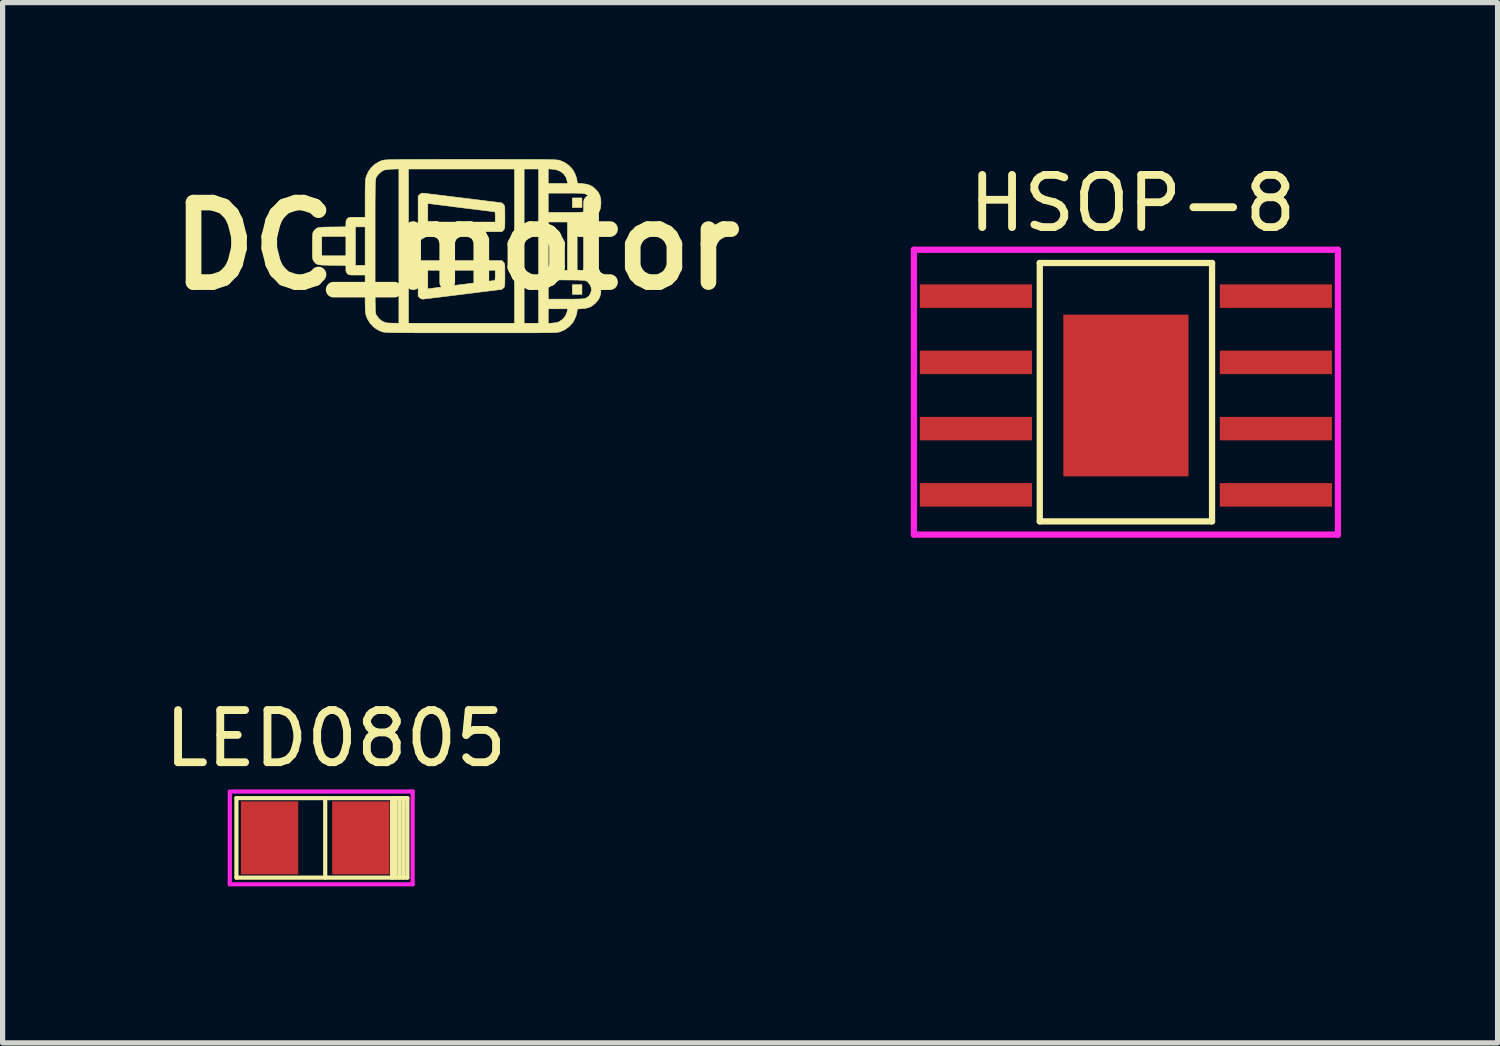
<source format=kicad_pcb>
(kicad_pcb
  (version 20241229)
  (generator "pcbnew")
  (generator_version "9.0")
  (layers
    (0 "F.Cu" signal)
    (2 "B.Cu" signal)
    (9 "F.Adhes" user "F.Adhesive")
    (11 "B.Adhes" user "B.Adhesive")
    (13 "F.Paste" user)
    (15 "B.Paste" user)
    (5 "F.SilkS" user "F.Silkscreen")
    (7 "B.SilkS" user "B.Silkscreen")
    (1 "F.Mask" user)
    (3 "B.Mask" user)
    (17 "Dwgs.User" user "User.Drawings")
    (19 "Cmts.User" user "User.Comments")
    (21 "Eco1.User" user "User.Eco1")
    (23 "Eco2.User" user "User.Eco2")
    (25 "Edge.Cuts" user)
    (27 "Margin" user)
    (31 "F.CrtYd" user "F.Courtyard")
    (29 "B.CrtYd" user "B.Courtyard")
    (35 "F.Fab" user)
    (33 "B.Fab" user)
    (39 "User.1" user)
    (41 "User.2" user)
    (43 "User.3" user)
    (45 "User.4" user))
  (footprint "HSOP-8"
    (layer "F.Cu")
    (at 18.532 4.531)
    (property "Reference" "HSOP-8" (at 0.127 -3.683 0) (layer "F.SilkS") (effects (font (size 1 1) (thickness 0.15))))
    (attr through_hole)
    (fp_line (start -1.651 -2.54) (end 1.651 -2.54) (stroke (width 0.12) (type solid)) (layer "F.SilkS"))
    (fp_line (start -1.651 2.413) (end -1.651 -2.54) (stroke (width 0.12) (type solid)) (layer "F.SilkS"))
    (fp_line (start 1.651 -2.54) (end 1.651 2.413) (stroke (width 0.12) (type solid)) (layer "F.SilkS"))
    (fp_line (start 1.651 2.413) (end -1.651 2.413) (stroke (width 0.12) (type solid)) (layer "F.SilkS"))
    (fp_line (start -4.064 -2.794) (end 4.064 -2.794) (stroke (width 0.12) (type solid)) (layer "F.CrtYd"))
    (fp_line (start -4.064 2.667) (end -4.064 -2.794) (stroke (width 0.12) (type solid)) (layer "F.CrtYd"))
    (fp_line (start 4.064 -2.794) (end 4.064 2.667) (stroke (width 0.12) (type solid)) (layer "F.CrtYd"))
    (fp_line (start 4.064 2.667) (end -4.064 2.667) (stroke (width 0.12) (type solid)) (layer "F.CrtYd"))
    (pad "1" smd rect (at -2.875 -1.905) (size 2.15 0.45) (layers "F.Cu" "F.Mask" "F.Paste"))
    (pad "2" smd rect (at -2.875 -0.635) (size 2.15 0.45) (layers "F.Cu" "F.Mask" "F.Paste"))
    (pad "3" smd rect (at -2.875 0.635) (size 2.15 0.45) (layers "F.Cu" "F.Mask" "F.Paste"))
    (pad "4" smd rect (at -2.875 1.905) (size 2.15 0.45) (layers "F.Cu" "F.Mask" "F.Paste"))
    (pad "5" smd rect (at 2.875 1.905) (size 2.15 0.45) (layers "F.Cu" "F.Mask" "F.Paste"))
    (pad "6" smd rect (at 2.875 0.635) (size 2.15 0.45) (layers "F.Cu" "F.Mask" "F.Paste"))
    (pad "7" smd rect (at 2.875 -0.635) (size 2.15 0.45) (layers "F.Cu" "F.Mask" "F.Paste"))
    (pad "8" smd rect (at 2.875 -1.905) (size 2.15 0.45) (layers "F.Cu" "F.Mask" "F.Paste"))
    (pad "9" smd rect (at 0 0) (size 2.4 3.1) (layers "F.Cu" "F.Mask" "F.Paste")))
  (footprint "LED0805"
    (layer "F.Cu")
    (at 2.117 13.011)
    (property "Reference" "LED0805" (at 1.27 -1.905 0) (layer "F.SilkS") (effects (font (size 1 1) (thickness 0.15))))
    (attr through_hole)
    (fp_line (start -0.635 -0.762) (end 2.349 -0.762) (stroke (width 0.08) (type solid)) (layer "F.SilkS"))
    (fp_line (start -0.635 0.762) (end -0.635 -0.762) (stroke (width 0.08) (type solid)) (layer "F.SilkS"))
    (fp_line (start 1.067 -0.762) (end 1.067 0.762) (stroke (width 0.08) (type solid)) (layer "F.SilkS"))
    (fp_line (start 2.349 -0.762) (end 2.349 0.762) (stroke (width 0.08) (type solid)) (layer "F.SilkS"))
    (fp_line (start 2.349 -0.762) (end 2.642 -0.762) (stroke (width 0.08) (type solid)) (layer "F.SilkS"))
    (fp_line (start 2.349 0.762) (end -0.635 0.762) (stroke (width 0.08) (type solid)) (layer "F.SilkS"))
    (fp_line (start 2.349 0.762) (end 2.642 0.762) (stroke (width 0.08) (type solid)) (layer "F.SilkS"))
    (fp_line (start 2.413 -0.762) (end 2.413 0.762) (stroke (width 0.08) (type solid)) (layer "F.SilkS"))
    (fp_line (start 2.489 -0.762) (end 2.489 0.762) (stroke (width 0.08) (type solid)) (layer "F.SilkS"))
    (fp_line (start 2.565 -0.762) (end 2.565 0.762) (stroke (width 0.08) (type solid)) (layer "F.SilkS"))
    (fp_line (start 2.642 -0.762) (end 2.642 0.762) (stroke (width 0.08) (type solid)) (layer "F.SilkS"))
    (fp_line (start -0.762 0.889) (end -0.762 -0.889) (stroke (width 0.08) (type solid)) (layer "F.CrtYd"))
    (fp_line (start -0.711 -0.889) (end 2.743 -0.889) (stroke (width 0.08) (type solid)) (layer "F.CrtYd"))
    (fp_line (start 2.743 -0.889) (end 2.743 0.889) (stroke (width 0.08) (type solid)) (layer "F.CrtYd"))
    (fp_line (start 2.743 0.889) (end -0.762 0.889) (stroke (width 0.08) (type solid)) (layer "F.CrtYd"))
    (pad "1" smd rect (at 0 0) (size 1.1 1.4) (layers "F.Cu" "F.Mask" "F.Paste"))
    (pad "2" smd rect (at 1.75 0) (size 1.1 1.4) (layers "F.Cu" "F.Mask" "F.Paste")))
  (footprint "DC_motor"
    (layer "F.Cu")
    (at 5.704 1.668)
    (property "Reference" "DC_motor" (at 0 0 0) (layer "F.SilkS") (effects (font (size 1.524 1.524) (thickness 0.3))))
    (attr through_hole)
    (fp_poly (pts (xy 2.401 -0.739) (xy 2.217 -0.739) (xy 2.217 -0.924) (xy 2.401 -0.924) (xy 2.401 -0.739)) (stroke (width 0.01) (type solid)) (fill yes) (layer "F.SilkS"))
    (fp_poly (pts (xy 2.401 0.924) (xy 2.217 0.924) (xy 2.217 0.739) (xy 2.401 0.739) (xy 2.401 0.924)) (stroke (width 0.01) (type solid)) (fill yes) (layer "F.SilkS"))
    (fp_poly (pts (xy -0.642 -1.015) (xy -0.605 -1.011) (xy -0.55 -1.004) (xy -0.477 -0.995) (xy -0.39 -0.985) (xy -0.29 -0.973) (xy -0.179 -0.959) (xy -0.059 -0.944) (xy 0.068 -0.928) (xy 0.107 -0.924) (xy 0.235 -0.908) (xy 0.356 -0.893) (xy 0.469 -0.879) (xy 0.571 -0.866) (xy 0.661 -0.855) (xy 0.736 -0.846) (xy 0.794 -0.838) (xy 0.835 -0.834) (xy 0.855 -0.831) (xy 0.856 -0.831) (xy 0.871 -0.824) (xy 0.893 -0.806) (xy 0.895 -0.803) (xy 0.905 -0.793) (xy 0.912 -0.781) (xy 0.917 -0.766) (xy 0.921 -0.743) (xy 0.923 -0.71) (xy 0.923 -0.661) (xy 0.924 -0.595) (xy 0.924 -0.554) (xy 0.924 -0.478) (xy 0.923 -0.421) (xy 0.922 -0.38) (xy 0.919 -0.352) (xy 0.915 -0.334) (xy 0.909 -0.321) (xy 0.901 -0.311) (xy 0.895 -0.305) (xy 0.867 -0.277) (xy -0.682 -0.277) (xy -0.711 -0.305) (xy -0.739 -0.334) (xy -0.739 -0.462) (xy -0.554 -0.462) (xy 0.739 -0.462) (xy 0.739 -0.56) (xy 0.738 -0.604) (xy 0.736 -0.638) (xy 0.733 -0.656) (xy 0.732 -0.658) (xy 0.719 -0.659) (xy 0.685 -0.663) (xy 0.633 -0.67) (xy 0.567 -0.678) (xy 0.487 -0.688) (xy 0.398 -0.699) (xy 0.301 -0.711) (xy 0.2 -0.723) (xy 0.096 -0.736) (xy -0.008 -0.749) (xy -0.109 -0.762) (xy -0.204 -0.774) (xy -0.291 -0.785) (xy -0.368 -0.795) (xy -0.432 -0.803) (xy -0.479 -0.809) (xy -0.509 -0.813) (xy -0.517 -0.814) (xy -0.554 -0.821) (xy -0.554 -0.462) (xy -0.739 -0.462) (xy -0.739 -0.959) (xy -0.711 -0.988) (xy -0.684 -1.007) (xy -0.658 -1.016) (xy -0.657 -1.016) (xy -0.642 -1.015)) (stroke (width 0.01) (type solid)) (fill yes) (layer "F.SilkS"))
    (fp_poly (pts (xy 0.895 0.305) (xy 0.905 0.316) (xy 0.912 0.327) (xy 0.917 0.342) (xy 0.921 0.365) (xy 0.923 0.399) (xy 0.923 0.447) (xy 0.924 0.513) (xy 0.924 0.554) (xy 0.924 0.631) (xy 0.923 0.687) (xy 0.922 0.728) (xy 0.919 0.756) (xy 0.915 0.775) (xy 0.909 0.787) (xy 0.901 0.798) (xy 0.895 0.803) (xy 0.873 0.822) (xy 0.855 0.831) (xy 0.854 0.831) (xy 0.841 0.833) (xy 0.807 0.837) (xy 0.753 0.843) (xy 0.683 0.852) (xy 0.597 0.862) (xy 0.499 0.874) (xy 0.389 0.888) (xy 0.27 0.903) (xy 0.144 0.919) (xy 0.104 0.924) (xy -0.025 0.94) (xy -0.147 0.955) (xy -0.261 0.969) (xy -0.364 0.982) (xy -0.455 0.993) (xy -0.532 1.002) (xy -0.592 1.009) (xy -0.634 1.014) (xy -0.656 1.016) (xy -0.658 1.016) (xy -0.683 1.008) (xy -0.709 0.989) (xy -0.711 0.988) (xy -0.739 0.959) (xy -0.739 0.462) (xy -0.554 0.462) (xy -0.554 0.821) (xy -0.517 0.814) (xy -0.498 0.812) (xy -0.459 0.806) (xy -0.402 0.799) (xy -0.328 0.79) (xy -0.241 0.778) (xy -0.142 0.766) (xy -0.035 0.752) (xy 0.08 0.738) (xy 0.121 0.733) (xy 0.236 0.719) (xy 0.345 0.705) (xy 0.444 0.693) (xy 0.532 0.682) (xy 0.606 0.673) (xy 0.665 0.666) (xy 0.706 0.661) (xy 0.728 0.658) (xy 0.73 0.658) (xy 0.734 0.647) (xy 0.737 0.619) (xy 0.739 0.578) (xy 0.739 0.56) (xy 0.739 0.462) (xy -0.554 0.462) (xy -0.739 0.462) (xy -0.739 0.334) (xy -0.711 0.305) (xy -0.682 0.277) (xy 0.867 0.277) (xy 0.895 0.305)) (stroke (width 0.01) (type solid)) (fill yes) (layer "F.SilkS"))
    (fp_poly (pts (xy 0.504 -1.663) (xy 0.709 -1.663) (xy 0.893 -1.662) (xy 1.058 -1.662) (xy 1.204 -1.662) (xy 1.333 -1.662) (xy 1.446 -1.661) (xy 1.545 -1.661) (xy 1.629 -1.66) (xy 1.701 -1.66) (xy 1.761 -1.659) (xy 1.811 -1.657) (xy 1.853 -1.656) (xy 1.886 -1.655) (xy 1.912 -1.653) (xy 1.934 -1.651) (xy 1.95 -1.649) (xy 1.964 -1.646) (xy 1.975 -1.643) (xy 1.986 -1.64) (xy 1.987 -1.64) (xy 2.073 -1.601) (xy 2.153 -1.544) (xy 2.22 -1.472) (xy 2.249 -1.425) (xy 2.276 -1.367) (xy 2.296 -1.308) (xy 2.308 -1.255) (xy 2.309 -1.236) (xy 2.31 -1.22) (xy 2.315 -1.21) (xy 2.33 -1.204) (xy 2.359 -1.201) (xy 2.404 -1.198) (xy 2.488 -1.188) (xy 2.557 -1.167) (xy 2.617 -1.131) (xy 2.662 -1.091) (xy 2.711 -1.035) (xy 2.742 -0.978) (xy 2.76 -0.913) (xy 2.765 -0.834) (xy 2.765 -0.831) (xy 2.76 -0.752) (xy 2.743 -0.687) (xy 2.712 -0.63) (xy 2.663 -0.573) (xy 2.662 -0.571) (xy 2.604 -0.522) (xy 2.542 -0.49) (xy 2.471 -0.471) (xy 2.404 -0.464) (xy 2.309 -0.459) (xy 2.309 0.459) (xy 2.404 0.464) (xy 2.488 0.474) (xy 2.557 0.496) (xy 2.617 0.532) (xy 2.662 0.571) (xy 2.711 0.628) (xy 2.742 0.685) (xy 2.76 0.75) (xy 2.765 0.828) (xy 2.765 0.831) (xy 2.76 0.911) (xy 2.743 0.976) (xy 2.712 1.033) (xy 2.663 1.089) (xy 2.662 1.091) (xy 2.604 1.14) (xy 2.542 1.173) (xy 2.471 1.192) (xy 2.404 1.198) (xy 2.358 1.201) (xy 2.329 1.205) (xy 2.315 1.21) (xy 2.31 1.22) (xy 2.309 1.236) (xy 2.303 1.283) (xy 2.286 1.341) (xy 2.261 1.4) (xy 2.233 1.453) (xy 2.22 1.472) (xy 2.151 1.545) (xy 2.072 1.602) (xy 1.987 1.64) (xy 1.977 1.643) (xy 1.966 1.646) (xy 1.952 1.648) (xy 1.936 1.651) (xy 1.916 1.653) (xy 1.89 1.654) (xy 1.858 1.656) (xy 1.819 1.657) (xy 1.77 1.658) (xy 1.711 1.659) (xy 1.641 1.66) (xy 1.559 1.661) (xy 1.463 1.661) (xy 1.353 1.662) (xy 1.227 1.662) (xy 1.083 1.662) (xy 0.922 1.662) (xy 0.741 1.662) (xy 0.539 1.662) (xy 0.316 1.662) (xy 0.273 1.662) (xy 0.046 1.662) (xy -0.16 1.662) (xy -0.345 1.662) (xy -0.51 1.661) (xy -0.656 1.661) (xy -0.786 1.661) (xy -0.899 1.66) (xy -0.997 1.66) (xy -1.082 1.659) (xy -1.154 1.658) (xy -1.215 1.657) (xy -1.265 1.656) (xy -1.306 1.655) (xy -1.34 1.653) (xy -1.366 1.651) (xy -1.387 1.65) (xy -1.403 1.647) (xy -1.417 1.645) (xy -1.428 1.642) (xy -1.437 1.639) (xy -1.523 1.6) (xy -1.6 1.543) (xy -1.665 1.471) (xy -1.714 1.388) (xy -1.732 1.341) (xy -1.739 1.318) (xy -1.744 1.295) (xy -1.748 1.268) (xy -1.751 1.234) (xy -1.753 1.19) (xy -1.754 1.134) (xy -1.755 1.062) (xy -1.755 0.972) (xy -1.755 0.911) (xy -1.755 0.554) (xy -1.911 0.554) (xy -1.974 0.554) (xy -2.019 0.553) (xy -2.049 0.55) (xy -2.068 0.546) (xy -2.082 0.538) (xy -2.095 0.527) (xy -2.096 0.526) (xy -2.113 0.504) (xy -2.122 0.477) (xy -2.124 0.436) (xy -2.124 0.434) (xy -2.124 0.371) (xy -2.389 0.367) (xy -2.479 0.366) (xy -2.549 0.364) (xy -2.602 0.361) (xy -2.642 0.356) (xy -2.671 0.348) (xy -2.693 0.337) (xy -2.712 0.321) (xy -2.729 0.301) (xy -2.741 0.284) (xy -2.749 0.272) (xy -2.755 0.259) (xy -2.759 0.24) (xy -2.762 0.213) (xy -2.764 0.174) (xy -2.765 0.12) (xy -2.765 0.048) (xy -2.765 0) (xy -2.765 -0.083) (xy -2.764 -0.146) (xy -2.763 -0.185) (xy -2.586 -0.185) (xy -2.586 0.185) (xy -2.124 0.185) (xy -2.124 -0.185) (xy -2.586 -0.185) (xy -2.763 -0.185) (xy -2.763 -0.193) (xy -2.761 -0.226) (xy -2.758 -0.249) (xy -2.753 -0.265) (xy -2.746 -0.278) (xy -2.741 -0.284) (xy -2.723 -0.308) (xy -2.705 -0.327) (xy -2.686 -0.341) (xy -2.662 -0.351) (xy -2.629 -0.358) (xy -2.585 -0.362) (xy -2.526 -0.365) (xy -2.45 -0.366) (xy -2.389 -0.367) (xy -2.216 -0.369) (xy -1.94 -0.369) (xy -1.94 0.369) (xy -1.755 0.369) (xy -1.755 0) (xy -1.564 0) (xy -1.564 0.199) (xy -1.564 0.377) (xy -1.564 0.534) (xy -1.564 0.671) (xy -1.564 0.791) (xy -1.563 0.895) (xy -1.563 0.983) (xy -1.562 1.057) (xy -1.561 1.119) (xy -1.56 1.169) (xy -1.559 1.209) (xy -1.557 1.241) (xy -1.555 1.265) (xy -1.553 1.283) (xy -1.55 1.296) (xy -1.548 1.306) (xy -1.544 1.313) (xy -1.543 1.316) (xy -1.494 1.386) (xy -1.431 1.437) (xy -1.362 1.467) (xy -1.338 1.471) (xy -1.298 1.474) (xy -1.248 1.476) (xy -1.221 1.477) (xy -1.108 1.478) (xy -1.108 -1.478) (xy -0.924 -1.478) (xy -0.924 1.478) (xy 1.108 1.478) (xy 1.108 -1.478) (xy 1.293 -1.478) (xy 1.293 1.478) (xy 1.57 1.478) (xy 1.57 1.201) (xy 1.755 1.201) (xy 1.755 1.481) (xy 1.839 1.475) (xy 1.905 1.467) (xy 1.959 1.451) (xy 1.968 1.446) (xy 2.034 1.4) (xy 2.084 1.338) (xy 2.114 1.264) (xy 2.119 1.244) (xy 2.127 1.201) (xy 1.755 1.201) (xy 1.57 1.201) (xy 1.57 1.016) (xy 1.755 1.016) (xy 2.097 1.016) (xy 2.197 1.016) (xy 2.277 1.015) (xy 2.34 1.014) (xy 2.387 1.012) (xy 2.422 1.01) (xy 2.448 1.006) (xy 2.466 1.002) (xy 2.478 0.997) (xy 2.529 0.962) (xy 2.563 0.914) (xy 2.58 0.86) (xy 2.58 0.803) (xy 2.562 0.748) (xy 2.526 0.699) (xy 2.503 0.679) (xy 2.492 0.672) (xy 2.48 0.666) (xy 2.465 0.661) (xy 2.444 0.657) (xy 2.415 0.655) (xy 2.375 0.653) (xy 2.321 0.651) (xy 2.251 0.65) (xy 2.161 0.649) (xy 2.11 0.649) (xy 1.755 0.645) (xy 1.755 1.016) (xy 1.57 1.016) (xy 1.57 -0.462) (xy 1.755 -0.462) (xy 1.755 0.462) (xy 2.124 0.462) (xy 2.124 -0.462) (xy 1.755 -0.462) (xy 1.57 -0.462) (xy 1.57 -1.016) (xy 1.755 -1.016) (xy 1.755 -0.647) (xy 2.097 -0.647) (xy 2.197 -0.647) (xy 2.277 -0.647) (xy 2.34 -0.648) (xy 2.387 -0.65) (xy 2.422 -0.653) (xy 2.448 -0.656) (xy 2.466 -0.661) (xy 2.478 -0.665) (xy 2.512 -0.687) (xy 2.543 -0.718) (xy 2.549 -0.725) (xy 2.569 -0.756) (xy 2.578 -0.788) (xy 2.58 -0.831) (xy 2.571 -0.895) (xy 2.544 -0.946) (xy 2.497 -0.985) (xy 2.482 -0.993) (xy 2.467 -1) (xy 2.452 -1.005) (xy 2.431 -1.009) (xy 2.404 -1.012) (xy 2.366 -1.014) (xy 2.316 -1.015) (xy 2.249 -1.016) (xy 2.165 -1.016) (xy 2.096 -1.016) (xy 1.755 -1.016) (xy 1.57 -1.016) (xy 1.57 -1.201) (xy 1.755 -1.201) (xy 2.127 -1.201) (xy 2.119 -1.244) (xy 2.094 -1.321) (xy 2.051 -1.384) (xy 1.993 -1.431) (xy 1.919 -1.462) (xy 1.839 -1.475) (xy 1.755 -1.481) (xy 1.755 -1.201) (xy 1.57 -1.201) (xy 1.57 -1.478) (xy 1.293 -1.478) (xy 1.108 -1.478) (xy -0.924 -1.478) (xy -1.108 -1.478) (xy -1.108 -1.48) (xy -1.238 -1.476) (xy -1.301 -1.473) (xy -1.347 -1.468) (xy -1.381 -1.46) (xy -1.409 -1.45) (xy -1.414 -1.447) (xy -1.481 -1.399) (xy -1.533 -1.333) (xy -1.543 -1.316) (xy -1.546 -1.309) (xy -1.549 -1.3) (xy -1.552 -1.289) (xy -1.554 -1.273) (xy -1.556 -1.252) (xy -1.558 -1.223) (xy -1.559 -1.187) (xy -1.561 -1.141) (xy -1.562 -1.084) (xy -1.562 -1.016) (xy -1.563 -0.934) (xy -1.564 -0.837) (xy -1.564 -0.724) (xy -1.564 -0.594) (xy -1.564 -0.445) (xy -1.564 -0.276) (xy -1.564 -0.086) (xy -1.564 0) (xy -1.755 0) (xy -1.755 -0.369) (xy -1.94 -0.369) (xy -2.216 -0.369) (xy -2.124 -0.371) (xy -2.124 -0.434) (xy -2.122 -0.475) (xy -2.114 -0.503) (xy -2.097 -0.525) (xy -2.096 -0.526) (xy -2.084 -0.537) (xy -2.07 -0.545) (xy -2.051 -0.55) (xy -2.023 -0.553) (xy -1.98 -0.554) (xy -1.92 -0.554) (xy -1.911 -0.554) (xy -1.755 -0.554) (xy -1.755 -0.911) (xy -1.755 -1.013) (xy -1.754 -1.095) (xy -1.753 -1.159) (xy -1.752 -1.21) (xy -1.749 -1.249) (xy -1.746 -1.28) (xy -1.742 -1.305) (xy -1.736 -1.328) (xy -1.732 -1.341) (xy -1.693 -1.428) (xy -1.636 -1.507) (xy -1.563 -1.573) (xy -1.48 -1.622) (xy -1.433 -1.64) (xy -1.423 -1.643) (xy -1.411 -1.646) (xy -1.398 -1.648) (xy -1.382 -1.651) (xy -1.362 -1.653) (xy -1.336 -1.654) (xy -1.304 -1.656) (xy -1.264 -1.657) (xy -1.215 -1.658) (xy -1.156 -1.659) (xy -1.086 -1.66) (xy -1.003 -1.661) (xy -0.907 -1.661) (xy -0.796 -1.662) (xy -0.67 -1.662) (xy -0.526 -1.662) (xy -0.364 -1.662) (xy -0.183 -1.663) (xy 0.019 -1.663) (xy 0.243 -1.663) (xy 0.277 -1.663) (xy 0.504 -1.663)) (stroke (width 0.01) (type solid)) (fill yes) (layer "F.SilkS")))
  (gr_rect
    (start -3 -3)
    (end 25.656 16.941)
    (stroke (width 0.1) (type default))
    (fill no)
    (layer "Edge.Cuts")))
</source>
